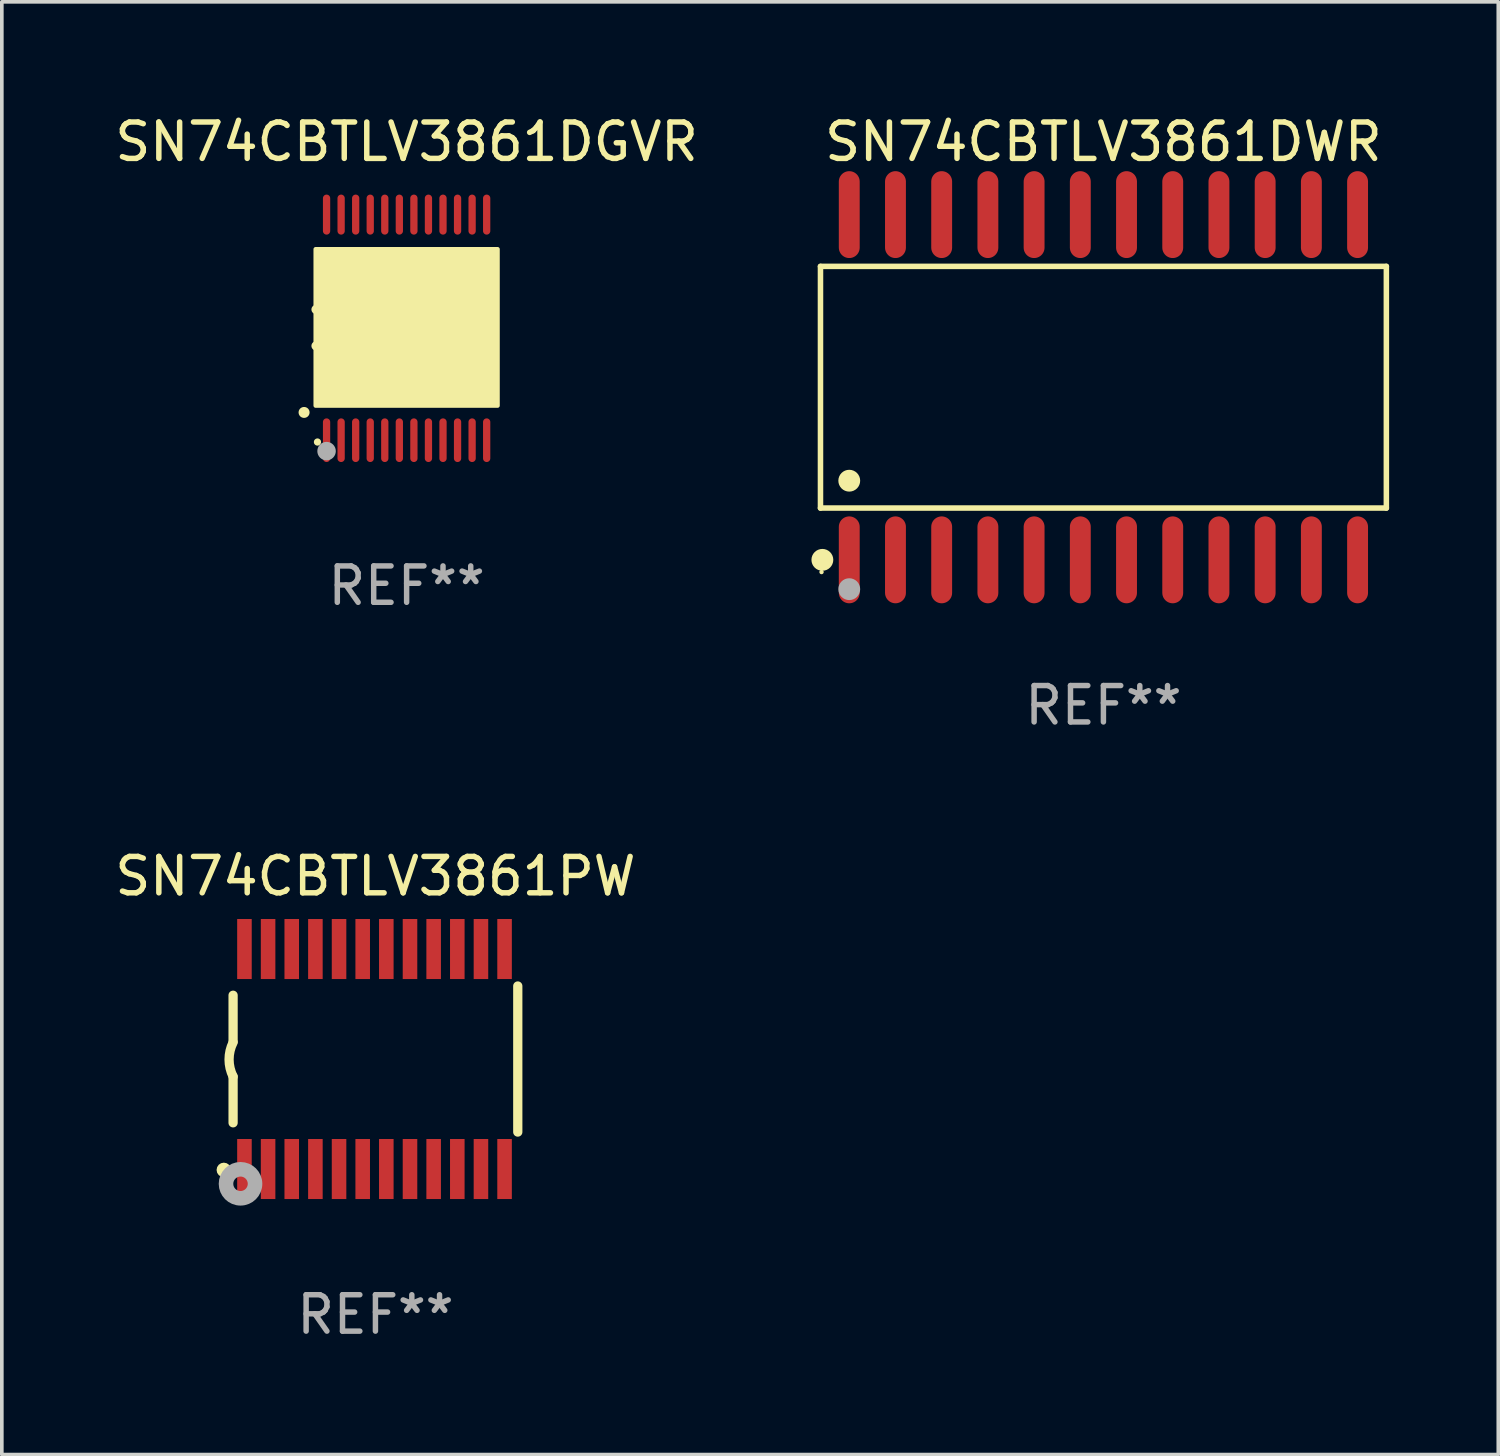
<source format=kicad_pcb>
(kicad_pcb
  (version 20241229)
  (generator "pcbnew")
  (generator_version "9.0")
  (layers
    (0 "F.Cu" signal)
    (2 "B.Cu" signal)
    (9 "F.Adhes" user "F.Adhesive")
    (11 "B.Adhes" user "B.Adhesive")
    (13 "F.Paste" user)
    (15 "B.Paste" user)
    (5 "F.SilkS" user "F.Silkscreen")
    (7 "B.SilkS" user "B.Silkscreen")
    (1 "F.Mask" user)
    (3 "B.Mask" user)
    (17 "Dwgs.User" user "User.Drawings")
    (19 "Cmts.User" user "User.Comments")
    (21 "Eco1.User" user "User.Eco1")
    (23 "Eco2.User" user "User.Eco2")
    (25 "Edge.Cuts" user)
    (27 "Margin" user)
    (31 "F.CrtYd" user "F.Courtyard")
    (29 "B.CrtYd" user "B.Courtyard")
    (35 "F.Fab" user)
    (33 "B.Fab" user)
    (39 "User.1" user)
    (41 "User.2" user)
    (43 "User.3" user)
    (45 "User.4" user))
  (footprint "SN74CBTLV3861DWR"
    (layer "F.Cu")
    (at 27.275 7.592)
    (property "Reference" "SN74CBTLV3861DWR" (at 0 -6.744 0) (layer "F.SilkS") (effects (font (size 1 1) (thickness 0.15))))
    (attr through_hole)
    (fp_line (start -7.776 -3.321) (end 7.776 -3.321) (stroke (width 0.152) (type solid)) (layer "F.SilkS"))
    (fp_line (start -7.776 3.321) (end -7.776 -3.321) (stroke (width 0.152) (type solid)) (layer "F.SilkS"))
    (fp_line (start 7.776 -3.321) (end 7.776 3.321) (stroke (width 0.152) (type solid)) (layer "F.SilkS"))
    (fp_line (start 7.776 3.321) (end -7.776 3.321) (stroke (width 0.152) (type solid)) (layer "F.SilkS"))
    (fp_circle (center -7.747 5.08) (end -7.717 5.08) (stroke (width 0.06) (type solid)) (fill no) (layer "F.SilkS"))
    (fp_circle (center -7.724 4.744) (end -7.574 4.744) (stroke (width 0.3) (type solid)) (fill no) (layer "F.SilkS"))
    (fp_circle (center -6.985 2.569) (end -6.835 2.569) (stroke (width 0.3) (type solid)) (fill no) (layer "F.SilkS"))
    (fp_circle (center -6.985 5.55) (end -6.835 5.55) (stroke (width 0.3) (type solid)) (fill no) (layer "F.Fab"))
    (fp_text user "REF**" (at 0 8.744 0) (layer "F.Fab") (effects (font (size 1 1) (thickness 0.15))))
    (pad "1" smd oval (at -6.985 4.744) (size 0.574 2.388) (layers "F.Cu" "F.Mask" "F.Paste"))
    (pad "2" smd oval (at -5.715 4.744) (size 0.574 2.388) (layers "F.Cu" "F.Mask" "F.Paste"))
    (pad "3" smd oval (at -4.445 4.744) (size 0.574 2.388) (layers "F.Cu" "F.Mask" "F.Paste"))
    (pad "4" smd oval (at -3.175 4.744) (size 0.574 2.388) (layers "F.Cu" "F.Mask" "F.Paste"))
    (pad "5" smd oval (at -1.905 4.744) (size 0.574 2.388) (layers "F.Cu" "F.Mask" "F.Paste"))
    (pad "6" smd oval (at -0.635 4.744) (size 0.574 2.388) (layers "F.Cu" "F.Mask" "F.Paste"))
    (pad "7" smd oval (at 0.635 4.744) (size 0.574 2.388) (layers "F.Cu" "F.Mask" "F.Paste"))
    (pad "8" smd oval (at 1.905 4.744) (size 0.574 2.388) (layers "F.Cu" "F.Mask" "F.Paste"))
    (pad "9" smd oval (at 3.175 4.744) (size 0.574 2.388) (layers "F.Cu" "F.Mask" "F.Paste"))
    (pad "10" smd oval (at 4.445 4.744) (size 0.574 2.388) (layers "F.Cu" "F.Mask" "F.Paste"))
    (pad "11" smd oval (at 5.715 4.744) (size 0.574 2.388) (layers "F.Cu" "F.Mask" "F.Paste"))
    (pad "12" smd oval (at 6.985 4.744) (size 0.574 2.388) (layers "F.Cu" "F.Mask" "F.Paste"))
    (pad "13" smd oval (at 6.985 -4.744) (size 0.574 2.388) (layers "F.Cu" "F.Mask" "F.Paste"))
    (pad "14" smd oval (at 5.715 -4.744) (size 0.574 2.388) (layers "F.Cu" "F.Mask" "F.Paste"))
    (pad "15" smd oval (at 4.445 -4.744) (size 0.574 2.388) (layers "F.Cu" "F.Mask" "F.Paste"))
    (pad "16" smd oval (at 3.175 -4.744) (size 0.574 2.388) (layers "F.Cu" "F.Mask" "F.Paste"))
    (pad "17" smd oval (at 1.905 -4.744) (size 0.574 2.388) (layers "F.Cu" "F.Mask" "F.Paste"))
    (pad "18" smd oval (at 0.635 -4.744) (size 0.574 2.388) (layers "F.Cu" "F.Mask" "F.Paste"))
    (pad "19" smd oval (at -0.635 -4.744) (size 0.574 2.388) (layers "F.Cu" "F.Mask" "F.Paste"))
    (pad "20" smd oval (at -1.905 -4.744) (size 0.574 2.388) (layers "F.Cu" "F.Mask" "F.Paste"))
    (pad "21" smd oval (at -3.175 -4.744) (size 0.574 2.388) (layers "F.Cu" "F.Mask" "F.Paste"))
    (pad "22" smd oval (at -4.445 -4.744) (size 0.574 2.388) (layers "F.Cu" "F.Mask" "F.Paste"))
    (pad "23" smd oval (at -5.715 -4.744) (size 0.574 2.388) (layers "F.Cu" "F.Mask" "F.Paste"))
    (pad "24" smd oval (at -6.985 -4.744) (size 0.574 2.388) (layers "F.Cu" "F.Mask" "F.Paste")))
  (footprint "SN74CBTLV3861DGVR"
    (layer "F.Cu")
    (at 8.125 5.948)
    (property "Reference" "SN74CBTLV3861DGVR" (at 0 -5.1 0) (layer "F.SilkS") (effects (font (size 1 1) (thickness 0.15))))
    (attr through_hole)
    (fp_arc (start -2.819355 2.336703) (mid -2.818085 2.336698) (end -2.816815 2.336703) (stroke (width 0.3) (type solid)) (layer "F.SilkS"))
    (fp_arc (start -2.489154 -0.492863) (mid -1.989154 0.007518) (end -2.489154 0.507899) (stroke (width 0.254001) (type solid)) (layer "F.SilkS"))
    (fp_circle (center -2.45 3.15) (end -2.4 3.15) (stroke (width 0.1) (type solid)) (fill no) (layer "F.SilkS"))
    (fp_poly (pts (xy -2.5 -2.15) (xy 2.5 -2.15) (xy 2.5 2.15) (xy -2.5 2.15)) (stroke (width 0.12) (type solid)) (fill yes) (layer "F.SilkS"))
    (fp_circle (center -2.2 3.4) (end -2.073 3.4) (stroke (width 0.254) (type solid)) (fill no) (layer "F.Fab"))
    (fp_text user "REF**" (at 0 7.1 0) (layer "F.Fab") (effects (font (size 1 1) (thickness 0.15))))
    (pad "1" smd oval (at -2.2 3.1 180) (size 0.2 1.2) (layers "F.Cu" "F.Mask" "F.Paste"))
    (pad "2" smd oval (at -1.8 3.1 180) (size 0.2 1.2) (layers "F.Cu" "F.Mask" "F.Paste"))
    (pad "3" smd oval (at -1.4 3.1 180) (size 0.2 1.2) (layers "F.Cu" "F.Mask" "F.Paste"))
    (pad "4" smd oval (at -1 3.1 180) (size 0.2 1.2) (layers "F.Cu" "F.Mask" "F.Paste"))
    (pad "5" smd oval (at -0.6 3.1 180) (size 0.2 1.2) (layers "F.Cu" "F.Mask" "F.Paste"))
    (pad "6" smd oval (at -0.2 3.1 180) (size 0.2 1.2) (layers "F.Cu" "F.Mask" "F.Paste"))
    (pad "7" smd oval (at 0.2 3.1 180) (size 0.2 1.2) (layers "F.Cu" "F.Mask" "F.Paste"))
    (pad "8" smd oval (at 0.6 3.1 180) (size 0.2 1.2) (layers "F.Cu" "F.Mask" "F.Paste"))
    (pad "9" smd oval (at 1 3.1 180) (size 0.2 1.2) (layers "F.Cu" "F.Mask" "F.Paste"))
    (pad "10" smd oval (at 1.4 3.1 180) (size 0.2 1.2) (layers "F.Cu" "F.Mask" "F.Paste"))
    (pad "11" smd oval (at 1.8 3.1 180) (size 0.2 1.2) (layers "F.Cu" "F.Mask" "F.Paste"))
    (pad "12" smd oval (at 2.2 3.1 180) (size 0.2 1.2) (layers "F.Cu" "F.Mask" "F.Paste"))
    (pad "13" smd oval (at 2.2 -3.1 180) (size 0.2 1.1) (layers "F.Cu" "F.Mask" "F.Paste"))
    (pad "14" smd oval (at 1.8 -3.1 180) (size 0.2 1.1) (layers "F.Cu" "F.Mask" "F.Paste"))
    (pad "15" smd oval (at 1.4 -3.1 180) (size 0.2 1.1) (layers "F.Cu" "F.Mask" "F.Paste"))
    (pad "16" smd oval (at 1 -3.1 180) (size 0.2 1.1) (layers "F.Cu" "F.Mask" "F.Paste"))
    (pad "17" smd oval (at 0.6 -3.1 180) (size 0.2 1.1) (layers "F.Cu" "F.Mask" "F.Paste"))
    (pad "18" smd oval (at 0.2 -3.1 180) (size 0.2 1.1) (layers "F.Cu" "F.Mask" "F.Paste"))
    (pad "19" smd oval (at -0.2 -3.1 180) (size 0.2 1.1) (layers "F.Cu" "F.Mask" "F.Paste"))
    (pad "20" smd oval (at -0.6 -3.1 180) (size 0.2 1.1) (layers "F.Cu" "F.Mask" "F.Paste"))
    (pad "21" smd oval (at -1 -3.1 180) (size 0.2 1.1) (layers "F.Cu" "F.Mask" "F.Paste"))
    (pad "22" smd oval (at -1.4 -3.1 180) (size 0.2 1.1) (layers "F.Cu" "F.Mask" "F.Paste"))
    (pad "23" smd oval (at -1.8 -3.1 180) (size 0.2 1.1) (layers "F.Cu" "F.Mask" "F.Paste"))
    (pad "24" smd oval (at -2.2 -3.1 180) (size 0.2 1.1) (layers "F.Cu" "F.Mask" "F.Paste")))
  (footprint "SN74CBTLV3861PW"
    (layer "F.Cu")
    (at 7.268 26.055)
    (property "Reference" "SN74CBTLV3861PW" (at 0 -5.023 0) (layer "F.SilkS") (effects (font (size 1 1) (thickness 0.15))))
    (attr through_hole)
    (fp_line (start -3.912 -0.483) (end -3.912 -1.753) (stroke (width 0.254) (type solid)) (layer "F.SilkS"))
    (fp_line (start -3.912 1.753) (end -3.912 0.483) (stroke (width 0.254) (type solid)) (layer "F.SilkS"))
    (fp_line (start 3.912 -2.007) (end 3.912 2.007) (stroke (width 0.254) (type solid)) (layer "F.SilkS"))
    (fp_arc (start -3.911608 0.482601) (mid -4.022537 0.0127) (end -3.911608 -0.457201) (stroke (width 0.254001) (type solid)) (layer "F.SilkS"))
    (fp_circle (center -4.166 3.048) (end -4.066 3.048) (stroke (width 0.2) (type solid)) (fill no) (layer "F.SilkS"))
    (fp_circle (center -3.925 3.186) (end -3.895 3.186) (stroke (width 0.06) (type solid)) (fill no) (layer "F.SilkS"))
    (fp_circle (center -3.708 3.429) (end -3.509 3.429) (stroke (width 0.4) (type solid)) (fill no) (layer "F.Fab"))
    (fp_text user "REF**" (at 0 7.023 0) (layer "F.Fab") (effects (font (size 1 1) (thickness 0.15))))
    (pad "1" smd rect (at -3.6 3.023) (size 0.4 1.65) (layers "F.Cu" "F.Mask" "F.Paste"))
    (pad "2" smd rect (at -2.95 3.023) (size 0.4 1.65) (layers "F.Cu" "F.Mask" "F.Paste"))
    (pad "3" smd rect (at -2.3 3.023) (size 0.4 1.65) (layers "F.Cu" "F.Mask" "F.Paste"))
    (pad "4" smd rect (at -1.65 3.023) (size 0.4 1.65) (layers "F.Cu" "F.Mask" "F.Paste"))
    (pad "5" smd rect (at -1 3.023) (size 0.4 1.65) (layers "F.Cu" "F.Mask" "F.Paste"))
    (pad "6" smd rect (at -0.35 3.023) (size 0.4 1.65) (layers "F.Cu" "F.Mask" "F.Paste"))
    (pad "7" smd rect (at 0.299 3.023) (size 0.4 1.65) (layers "F.Cu" "F.Mask" "F.Paste"))
    (pad "8" smd rect (at 0.95 3.023) (size 0.4 1.65) (layers "F.Cu" "F.Mask" "F.Paste"))
    (pad "9" smd rect (at 1.6 3.023) (size 0.4 1.65) (layers "F.Cu" "F.Mask" "F.Paste"))
    (pad "10" smd rect (at 2.25 3.023) (size 0.4 1.65) (layers "F.Cu" "F.Mask" "F.Paste"))
    (pad "11" smd rect (at 2.9 3.023) (size 0.4 1.65) (layers "F.Cu" "F.Mask" "F.Paste"))
    (pad "12" smd rect (at 3.549 3.023) (size 0.4 1.65) (layers "F.Cu" "F.Mask" "F.Paste"))
    (pad "13" smd rect (at 3.549 -3.023) (size 0.4 1.65) (layers "F.Cu" "F.Mask" "F.Paste"))
    (pad "14" smd rect (at 2.9 -3.023) (size 0.4 1.65) (layers "F.Cu" "F.Mask" "F.Paste"))
    (pad "15" smd rect (at 2.25 -3.023) (size 0.4 1.65) (layers "F.Cu" "F.Mask" "F.Paste"))
    (pad "16" smd rect (at 1.6 -3.023) (size 0.4 1.65) (layers "F.Cu" "F.Mask" "F.Paste"))
    (pad "17" smd rect (at 0.95 -3.023) (size 0.4 1.65) (layers "F.Cu" "F.Mask" "F.Paste"))
    (pad "18" smd rect (at 0.299 -3.023) (size 0.4 1.65) (layers "F.Cu" "F.Mask" "F.Paste"))
    (pad "19" smd rect (at -0.35 -3.023) (size 0.4 1.65) (layers "F.Cu" "F.Mask" "F.Paste"))
    (pad "20" smd rect (at -1 -3.023) (size 0.4 1.65) (layers "F.Cu" "F.Mask" "F.Paste"))
    (pad "21" smd rect (at -1.65 -3.023) (size 0.4 1.65) (layers "F.Cu" "F.Mask" "F.Paste"))
    (pad "22" smd rect (at -2.3 -3.023) (size 0.4 1.65) (layers "F.Cu" "F.Mask" "F.Paste"))
    (pad "23" smd rect (at -2.95 -3.023) (size 0.4 1.65) (layers "F.Cu" "F.Mask" "F.Paste"))
    (pad "24" smd rect (at -3.6 -3.023) (size 0.4 1.65) (layers "F.Cu" "F.Mask" "F.Paste")))
  (gr_rect
    (start -3 -3)
    (end 38.127 36.926)
    (stroke (width 0.1) (type default))
    (fill no)
    (layer "Edge.Cuts")))
</source>
